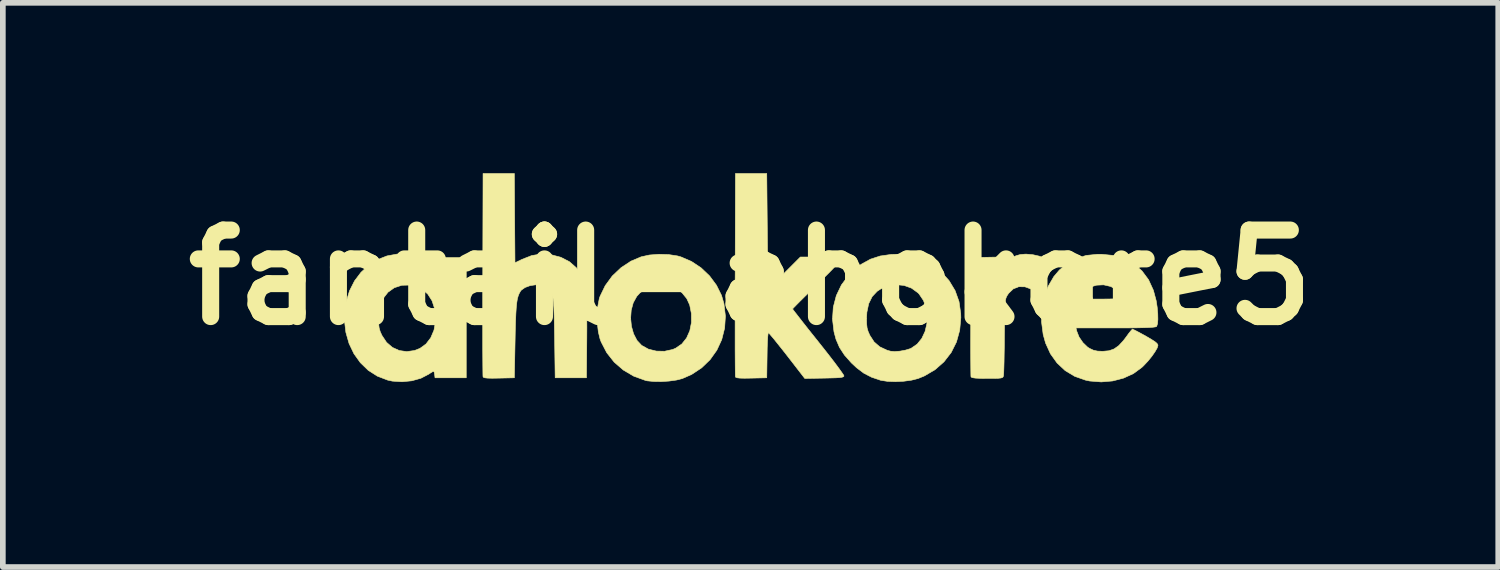
<source format=kicad_pcb>
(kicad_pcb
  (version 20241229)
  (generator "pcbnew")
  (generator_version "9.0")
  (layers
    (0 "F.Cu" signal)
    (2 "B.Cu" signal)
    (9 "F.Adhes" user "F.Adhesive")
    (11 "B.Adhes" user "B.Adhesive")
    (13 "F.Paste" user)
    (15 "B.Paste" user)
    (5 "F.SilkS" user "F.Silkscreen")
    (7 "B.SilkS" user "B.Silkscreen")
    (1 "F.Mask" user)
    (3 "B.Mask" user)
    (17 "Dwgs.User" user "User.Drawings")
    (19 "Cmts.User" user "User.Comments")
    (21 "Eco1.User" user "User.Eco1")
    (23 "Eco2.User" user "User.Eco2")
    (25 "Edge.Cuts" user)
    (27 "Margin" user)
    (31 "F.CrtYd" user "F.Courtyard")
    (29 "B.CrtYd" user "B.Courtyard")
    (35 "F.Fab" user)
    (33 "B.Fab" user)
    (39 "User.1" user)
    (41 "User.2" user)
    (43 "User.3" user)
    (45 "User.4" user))
  (footprint "fantail-ahokore5"
    (layer "F.Cu")
    (at 17.357 3.686)
    (property "Reference" "fantail-ahokore5" (at -7.19 -1.85 0) (layer "F.SilkS") (effects (font (size 1.524 1.524) (thickness 0.3))))
    (attr through_hole)
    (fp_poly (pts (xy -11.344 -2.894) (xy -11.338 -2.108) (xy -11.217 -2.167) (xy -11.045 -2.235) (xy -10.879 -2.263) (xy -10.714 -2.254) (xy -10.71 -2.253) (xy -10.528 -2.204) (xy -10.377 -2.126) (xy -10.256 -2.019) (xy -10.166 -1.883) (xy -10.106 -1.717) (xy -10.09 -1.638) (xy -10.083 -1.574) (xy -10.078 -1.471) (xy -10.075 -1.334) (xy -10.073 -1.166) (xy -10.072 -0.97) (xy -10.073 -0.792) (xy -10.079 -0.083) (xy -10.63 -0.083) (xy -10.64 -0.792) (xy -10.644 -1.002) (xy -10.648 -1.174) (xy -10.653 -1.312) (xy -10.66 -1.42) (xy -10.67 -1.503) (xy -10.682 -1.565) (xy -10.699 -1.61) (xy -10.72 -1.643) (xy -10.746 -1.666) (xy -10.778 -1.686) (xy -10.786 -1.69) (xy -10.871 -1.716) (xy -10.97 -1.721) (xy -11.071 -1.706) (xy -11.161 -1.673) (xy -11.227 -1.626) (xy -11.24 -1.609) (xy -11.262 -1.571) (xy -11.28 -1.528) (xy -11.295 -1.476) (xy -11.306 -1.409) (xy -11.315 -1.323) (xy -11.322 -1.214) (xy -11.328 -1.075) (xy -11.333 -0.902) (xy -11.336 -0.739) (xy -11.349 -0.083) (xy -11.62 -0.077) (xy -11.739 -0.075) (xy -11.821 -0.077) (xy -11.872 -0.083) (xy -11.896 -0.093) (xy -11.9 -0.098) (xy -11.902 -0.123) (xy -11.903 -0.187) (xy -11.904 -0.287) (xy -11.905 -0.42) (xy -11.906 -0.582) (xy -11.906 -0.771) (xy -11.906 -0.984) (xy -11.906 -1.217) (xy -11.906 -1.467) (xy -11.906 -1.731) (xy -11.905 -1.903) (xy -11.9 -3.681) (xy -11.349 -3.681) (xy -11.344 -2.894)) (stroke (width 0.01) (type solid)) (fill yes) (layer "F.SilkS"))
    (fp_poly (pts (xy -8.634 -2.253) (xy -8.476 -2.229) (xy -8.416 -2.212) (xy -8.23 -2.132) (xy -8.06 -2.019) (xy -7.911 -1.877) (xy -7.79 -1.714) (xy -7.701 -1.535) (xy -7.658 -1.389) (xy -7.632 -1.169) (xy -7.646 -0.957) (xy -7.697 -0.755) (xy -7.783 -0.569) (xy -7.902 -0.402) (xy -8.051 -0.258) (xy -8.228 -0.141) (xy -8.392 -0.069) (xy -8.495 -0.043) (xy -8.624 -0.025) (xy -8.762 -0.016) (xy -8.895 -0.018) (xy -9.008 -0.029) (xy -9.042 -0.037) (xy -9.246 -0.111) (xy -9.431 -0.22) (xy -9.591 -0.359) (xy -9.722 -0.525) (xy -9.82 -0.714) (xy -9.84 -0.767) (xy -9.87 -0.892) (xy -9.887 -1.04) (xy -9.888 -1.132) (xy -9.301 -1.132) (xy -9.287 -0.99) (xy -9.249 -0.856) (xy -9.189 -0.741) (xy -9.107 -0.653) (xy -8.987 -0.587) (xy -8.849 -0.553) (xy -8.704 -0.55) (xy -8.562 -0.581) (xy -8.508 -0.604) (xy -8.4 -0.678) (xy -8.316 -0.783) (xy -8.259 -0.911) (xy -8.23 -1.057) (xy -8.231 -1.214) (xy -8.261 -1.365) (xy -8.313 -1.478) (xy -8.396 -1.58) (xy -8.497 -1.659) (xy -8.594 -1.701) (xy -8.741 -1.723) (xy -8.886 -1.708) (xy -9.021 -1.659) (xy -9.136 -1.579) (xy -9.193 -1.517) (xy -9.255 -1.405) (xy -9.291 -1.273) (xy -9.301 -1.132) (xy -9.888 -1.132) (xy -9.89 -1.197) (xy -9.878 -1.348) (xy -9.853 -1.478) (xy -9.84 -1.517) (xy -9.749 -1.705) (xy -9.625 -1.875) (xy -9.471 -2.021) (xy -9.296 -2.137) (xy -9.116 -2.213) (xy -8.971 -2.245) (xy -8.804 -2.258) (xy -8.634 -2.253)) (stroke (width 0.01) (type solid)) (fill yes) (layer "F.SilkS"))
    (fp_poly (pts (xy -13.238 -2.257) (xy -13.059 -2.215) (xy -12.945 -2.166) (xy -12.88 -2.131) (xy -12.831 -2.101) (xy -12.81 -2.083) (xy -12.785 -2.062) (xy -12.765 -2.079) (xy -12.753 -2.13) (xy -12.746 -2.199) (xy -12.196 -2.199) (xy -12.196 -0.083) (xy -12.746 -0.083) (xy -12.753 -0.141) (xy -12.761 -0.183) (xy -12.77 -0.199) (xy -12.792 -0.188) (xy -12.836 -0.161) (xy -12.858 -0.146) (xy -12.995 -0.075) (xy -13.155 -0.03) (xy -13.326 -0.013) (xy -13.496 -0.024) (xy -13.58 -0.042) (xy -13.762 -0.112) (xy -13.923 -0.215) (xy -14.061 -0.349) (xy -14.174 -0.507) (xy -14.26 -0.687) (xy -14.316 -0.883) (xy -14.341 -1.091) (xy -14.339 -1.13) (xy -13.741 -1.13) (xy -13.739 -1.033) (xy -13.73 -0.961) (xy -13.712 -0.898) (xy -13.681 -0.829) (xy -13.6 -0.707) (xy -13.497 -0.618) (xy -13.376 -0.563) (xy -13.244 -0.544) (xy -13.108 -0.563) (xy -13.011 -0.601) (xy -12.904 -0.679) (xy -12.821 -0.788) (xy -12.764 -0.922) (xy -12.737 -1.077) (xy -12.736 -1.131) (xy -12.752 -1.297) (xy -12.799 -1.44) (xy -12.874 -1.557) (xy -12.974 -1.644) (xy -13.098 -1.7) (xy -13.186 -1.716) (xy -13.332 -1.712) (xy -13.463 -1.669) (xy -13.574 -1.59) (xy -13.662 -1.477) (xy -13.69 -1.422) (xy -13.718 -1.35) (xy -13.734 -1.277) (xy -13.74 -1.185) (xy -13.741 -1.13) (xy -14.339 -1.13) (xy -14.331 -1.307) (xy -14.312 -1.416) (xy -14.252 -1.614) (xy -14.163 -1.79) (xy -14.048 -1.942) (xy -13.911 -2.067) (xy -13.758 -2.164) (xy -13.592 -2.229) (xy -13.417 -2.261) (xy -13.238 -2.257)) (stroke (width 0.01) (type solid)) (fill yes) (layer "F.SilkS"))
    (fp_poly (pts (xy -4.416 -2.245) (xy -4.228 -2.2) (xy -4.056 -2.122) (xy -3.895 -2.006) (xy -3.841 -1.958) (xy -3.694 -1.795) (xy -3.587 -1.618) (xy -3.518 -1.425) (xy -3.488 -1.214) (xy -3.486 -1.141) (xy -3.506 -0.92) (xy -3.563 -0.714) (xy -3.656 -0.528) (xy -3.783 -0.364) (xy -3.94 -0.226) (xy -4.125 -0.117) (xy -4.239 -0.07) (xy -4.354 -0.041) (xy -4.493 -0.022) (xy -4.639 -0.015) (xy -4.777 -0.02) (xy -4.892 -0.038) (xy -4.904 -0.041) (xy -5.06 -0.094) (xy -5.195 -0.164) (xy -5.322 -0.26) (xy -5.413 -0.345) (xy -5.535 -0.483) (xy -5.623 -0.618) (xy -5.685 -0.763) (xy -5.72 -0.894) (xy -5.746 -1.114) (xy -5.745 -1.13) (xy -5.147 -1.13) (xy -5.145 -1.033) (xy -5.137 -0.961) (xy -5.119 -0.899) (xy -5.089 -0.831) (xy -5.013 -0.714) (xy -4.915 -0.629) (xy -4.787 -0.569) (xy -4.724 -0.551) (xy -4.652 -0.545) (xy -4.558 -0.552) (xy -4.461 -0.57) (xy -4.376 -0.596) (xy -4.359 -0.604) (xy -4.255 -0.676) (xy -4.173 -0.777) (xy -4.116 -0.899) (xy -4.084 -1.035) (xy -4.077 -1.176) (xy -4.097 -1.315) (xy -4.144 -1.444) (xy -4.22 -1.557) (xy -4.242 -1.58) (xy -4.355 -1.662) (xy -4.485 -1.709) (xy -4.624 -1.723) (xy -4.764 -1.702) (xy -4.898 -1.647) (xy -4.96 -1.606) (xy -5.048 -1.512) (xy -5.109 -1.388) (xy -5.141 -1.235) (xy -5.147 -1.13) (xy -5.745 -1.13) (xy -5.732 -1.327) (xy -5.679 -1.53) (xy -5.589 -1.718) (xy -5.463 -1.888) (xy -5.304 -2.036) (xy -5.24 -2.082) (xy -5.077 -2.172) (xy -4.905 -2.228) (xy -4.714 -2.255) (xy -4.629 -2.258) (xy -4.416 -2.245)) (stroke (width 0.01) (type solid)) (fill yes) (layer "F.SilkS"))
    (fp_poly (pts (xy -2.216 -2.25) (xy -2.105 -2.225) (xy -2.006 -2.189) (xy -1.931 -2.146) (xy -1.911 -2.127) (xy -1.897 -2.108) (xy -1.892 -2.087) (xy -1.898 -2.055) (xy -1.918 -2.005) (xy -1.953 -1.931) (xy -1.992 -1.854) (xy -2.038 -1.763) (xy -2.079 -1.687) (xy -2.111 -1.633) (xy -2.129 -1.608) (xy -2.129 -1.608) (xy -2.158 -1.61) (xy -2.21 -1.628) (xy -2.241 -1.643) (xy -2.357 -1.685) (xy -2.465 -1.687) (xy -2.562 -1.649) (xy -2.643 -1.572) (xy -2.671 -1.53) (xy -2.683 -1.507) (xy -2.693 -1.481) (xy -2.7 -1.446) (xy -2.706 -1.398) (xy -2.71 -1.332) (xy -2.713 -1.242) (xy -2.715 -1.124) (xy -2.717 -0.973) (xy -2.719 -0.813) (xy -2.72 -0.65) (xy -2.723 -0.498) (xy -2.725 -0.365) (xy -2.728 -0.255) (xy -2.731 -0.173) (xy -2.734 -0.127) (xy -2.735 -0.12) (xy -2.741 -0.1) (xy -2.754 -0.087) (xy -2.78 -0.079) (xy -2.827 -0.074) (xy -2.901 -0.072) (xy -3.011 -0.072) (xy -3.021 -0.072) (xy -3.145 -0.073) (xy -3.23 -0.077) (xy -3.282 -0.085) (xy -3.305 -0.096) (xy -3.307 -0.098) (xy -3.309 -0.124) (xy -3.31 -0.188) (xy -3.311 -0.286) (xy -3.312 -0.414) (xy -3.313 -0.567) (xy -3.313 -0.742) (xy -3.312 -0.934) (xy -3.312 -1.139) (xy -3.311 -1.162) (xy -3.306 -2.199) (xy -3.037 -2.205) (xy -2.926 -2.207) (xy -2.849 -2.207) (xy -2.8 -2.203) (xy -2.77 -2.195) (xy -2.754 -2.182) (xy -2.746 -2.17) (xy -2.732 -2.149) (xy -2.714 -2.142) (xy -2.682 -2.152) (xy -2.626 -2.179) (xy -2.595 -2.195) (xy -2.512 -2.233) (xy -2.44 -2.253) (xy -2.358 -2.26) (xy -2.325 -2.26) (xy -2.216 -2.25)) (stroke (width 0.01) (type solid)) (fill yes) (layer "F.SilkS"))
    (fp_poly (pts (xy -6.894 -2.659) (xy -6.883 -1.638) (xy -6.598 -1.924) (xy -6.312 -2.21) (xy -5.967 -2.21) (xy -5.838 -2.209) (xy -5.744 -2.208) (xy -5.681 -2.204) (xy -5.641 -2.198) (xy -5.62 -2.189) (xy -5.609 -2.176) (xy -5.608 -2.174) (xy -5.612 -2.155) (xy -5.633 -2.122) (xy -5.674 -2.073) (xy -5.738 -2.004) (xy -5.827 -1.913) (xy -5.944 -1.798) (xy -6.022 -1.722) (xy -6.132 -1.614) (xy -6.232 -1.516) (xy -6.318 -1.431) (xy -6.385 -1.363) (xy -6.43 -1.317) (xy -6.449 -1.296) (xy -6.449 -1.295) (xy -6.436 -1.276) (xy -6.4 -1.229) (xy -6.343 -1.156) (xy -6.269 -1.061) (xy -6.181 -0.949) (xy -6.081 -0.824) (xy -5.994 -0.715) (xy -5.887 -0.58) (xy -5.789 -0.455) (xy -5.704 -0.344) (xy -5.634 -0.25) (xy -5.582 -0.177) (xy -5.551 -0.131) (xy -5.544 -0.114) (xy -5.553 -0.102) (xy -5.577 -0.093) (xy -5.623 -0.086) (xy -5.696 -0.082) (xy -5.803 -0.079) (xy -5.892 -0.077) (xy -6.234 -0.071) (xy -6.546 -0.474) (xy -6.634 -0.586) (xy -6.714 -0.686) (xy -6.781 -0.77) (xy -6.834 -0.832) (xy -6.866 -0.869) (xy -6.876 -0.876) (xy -6.881 -0.856) (xy -6.887 -0.8) (xy -6.892 -0.715) (xy -6.896 -0.607) (xy -6.898 -0.484) (xy -6.898 -0.479) (xy -6.904 -0.083) (xy -7.175 -0.077) (xy -7.294 -0.075) (xy -7.376 -0.077) (xy -7.427 -0.083) (xy -7.451 -0.093) (xy -7.455 -0.098) (xy -7.457 -0.123) (xy -7.458 -0.187) (xy -7.459 -0.287) (xy -7.46 -0.42) (xy -7.461 -0.582) (xy -7.461 -0.771) (xy -7.461 -0.984) (xy -7.461 -1.217) (xy -7.461 -1.467) (xy -7.461 -1.731) (xy -7.46 -1.903) (xy -7.455 -3.681) (xy -6.904 -3.681) (xy -6.894 -2.659)) (stroke (width 0.01) (type solid)) (fill yes) (layer "F.SilkS"))
    (fp_poly (pts (xy -0.795 -2.237) (xy -0.604 -2.179) (xy -0.436 -2.088) (xy -0.295 -1.964) (xy -0.18 -1.809) (xy -0.095 -1.624) (xy -0.046 -1.441) (xy -0.028 -1.324) (xy -0.018 -1.211) (xy -0.016 -1.112) (xy -0.022 -1.036) (xy -0.037 -0.99) (xy -0.04 -0.986) (xy -0.06 -0.979) (xy -0.105 -0.973) (xy -0.179 -0.968) (xy -0.283 -0.965) (xy -0.422 -0.962) (xy -0.598 -0.961) (xy -0.762 -0.961) (xy -1.458 -0.961) (xy -1.444 -0.903) (xy -1.404 -0.801) (xy -1.336 -0.702) (xy -1.254 -0.623) (xy -1.22 -0.601) (xy -1.152 -0.569) (xy -1.081 -0.553) (xy -0.99 -0.549) (xy -0.985 -0.549) (xy -0.877 -0.559) (xy -0.787 -0.591) (xy -0.705 -0.649) (xy -0.622 -0.739) (xy -0.575 -0.801) (xy -0.528 -0.866) (xy -0.489 -0.914) (xy -0.466 -0.939) (xy -0.463 -0.94) (xy -0.441 -0.93) (xy -0.389 -0.904) (xy -0.316 -0.865) (xy -0.232 -0.819) (xy -0.135 -0.762) (xy -0.07 -0.721) (xy -0.032 -0.689) (xy -0.016 -0.662) (xy -0.015 -0.652) (xy -0.029 -0.607) (xy -0.067 -0.541) (xy -0.122 -0.462) (xy -0.189 -0.379) (xy -0.262 -0.301) (xy -0.298 -0.266) (xy -0.447 -0.157) (xy -0.621 -0.077) (xy -0.812 -0.027) (xy -1.013 -0.01) (xy -1.216 -0.026) (xy -1.292 -0.042) (xy -1.482 -0.109) (xy -1.649 -0.21) (xy -1.792 -0.344) (xy -1.908 -0.506) (xy -1.994 -0.695) (xy -2.036 -0.846) (xy -2.065 -1.069) (xy -2.059 -1.289) (xy -2.025 -1.469) (xy -1.414 -1.469) (xy -1.032 -1.469) (xy -0.883 -1.47) (xy -0.774 -1.473) (xy -0.701 -1.478) (xy -0.66 -1.485) (xy -0.649 -1.493) (xy -0.667 -1.54) (xy -0.711 -1.596) (xy -0.772 -1.648) (xy -0.838 -1.687) (xy -0.85 -1.692) (xy -0.972 -1.72) (xy -1.096 -1.714) (xy -1.211 -1.679) (xy -1.309 -1.616) (xy -1.376 -1.535) (xy -1.414 -1.469) (xy -2.025 -1.469) (xy -2.02 -1.499) (xy -1.948 -1.694) (xy -1.847 -1.867) (xy -1.751 -1.98) (xy -1.607 -2.101) (xy -1.451 -2.186) (xy -1.276 -2.238) (xy -1.078 -2.258) (xy -1.009 -2.258) (xy -0.795 -2.237)) (stroke (width 0.01) (type solid)) (fill yes) (layer "F.SilkS")))
  (gr_rect
    (start -3 -3)
    (end 23.335 6.936)
    (stroke (width 0.1) (type default))
    (fill no)
    (layer "Edge.Cuts")))
</source>
